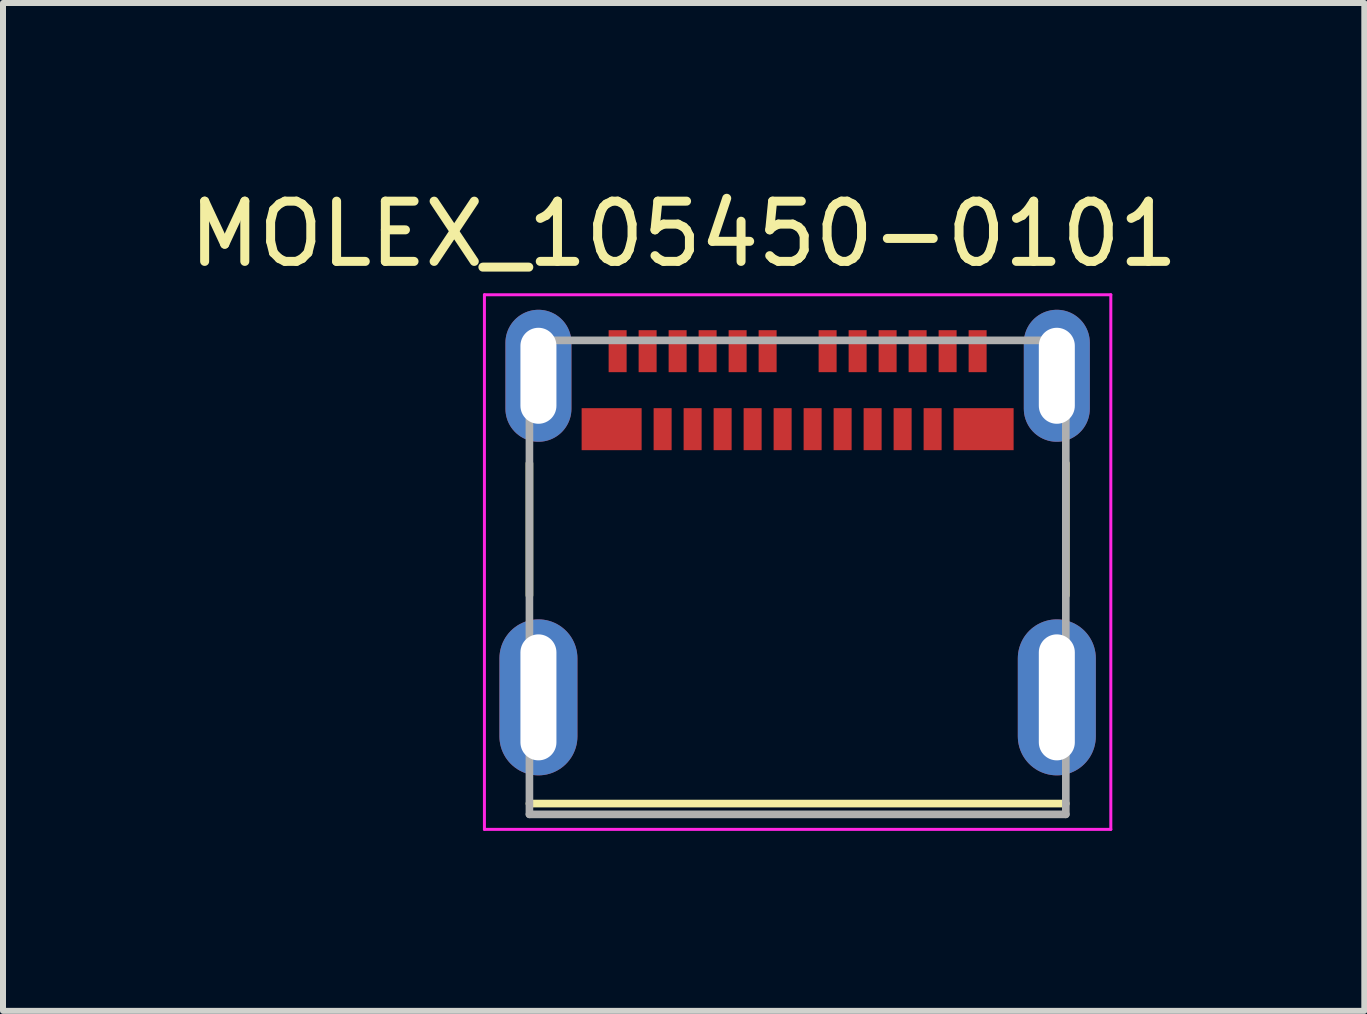
<source format=kicad_pcb>
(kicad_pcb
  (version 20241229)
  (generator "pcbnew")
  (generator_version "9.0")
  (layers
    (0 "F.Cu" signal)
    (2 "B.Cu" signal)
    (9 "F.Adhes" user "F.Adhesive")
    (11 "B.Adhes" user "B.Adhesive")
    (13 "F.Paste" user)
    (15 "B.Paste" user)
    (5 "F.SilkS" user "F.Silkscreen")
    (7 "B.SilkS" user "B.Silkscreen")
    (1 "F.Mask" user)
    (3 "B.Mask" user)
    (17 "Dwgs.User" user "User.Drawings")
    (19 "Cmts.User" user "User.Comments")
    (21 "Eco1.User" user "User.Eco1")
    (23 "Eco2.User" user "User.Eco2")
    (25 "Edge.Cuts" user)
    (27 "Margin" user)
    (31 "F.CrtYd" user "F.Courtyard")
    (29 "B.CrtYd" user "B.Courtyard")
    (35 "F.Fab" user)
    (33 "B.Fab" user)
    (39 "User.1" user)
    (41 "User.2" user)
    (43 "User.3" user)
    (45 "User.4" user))
  (footprint "MOLEX_105450-0101"
    (layer "F.Cu")
    (at 10.244 6.573)
    (property "Reference" "MOLEX_105450-0101" (at -1.899 -5.723 0) (layer "F.SilkS") (effects (font (size 1.004 1.004) (thickness 0.15))))
    (attr through_hole)
    (fp_line (start -4.47 0.3) (end -4.47 -1.9) (stroke (width 0.127) (type solid)) (layer "F.SilkS"))
    (fp_line (start -4.47 3.77) (end 4.47 3.77) (stroke (width 0.127) (type solid)) (layer "F.SilkS"))
    (fp_line (start 4.47 0.3) (end 4.47 -1.9) (stroke (width 0.127) (type solid)) (layer "F.SilkS"))
    (fp_line (start -5.22 -4.71) (end 5.22 -4.71) (stroke (width 0.05) (type solid)) (layer "F.CrtYd"))
    (fp_line (start -5.22 4.2) (end -5.22 -4.71) (stroke (width 0.05) (type solid)) (layer "F.CrtYd"))
    (fp_line (start 5.22 -4.71) (end 5.22 4.2) (stroke (width 0.05) (type solid)) (layer "F.CrtYd"))
    (fp_line (start 5.22 4.2) (end -5.22 4.2) (stroke (width 0.05) (type solid)) (layer "F.CrtYd"))
    (fp_line (start -4.47 -3.95) (end -4.47 3.95) (stroke (width 0.127) (type solid)) (layer "F.Fab"))
    (fp_line (start -4.47 3.95) (end 4.47 3.95) (stroke (width 0.127) (type solid)) (layer "F.Fab"))
    (fp_line (start 4.47 -3.95) (end -4.47 -3.95) (stroke (width 0.127) (type solid)) (layer "F.Fab"))
    (fp_line (start 4.47 3.95) (end 4.47 -3.95) (stroke (width 0.127) (type solid)) (layer "F.Fab"))
    (pad "A1" smd rect (at -3 -3.77) (size 0.3 0.7) (layers "F.Cu" "F.Mask" "F.Paste"))
    (pad "A2" smd rect (at -2.5 -3.77) (size 0.3 0.7) (layers "F.Cu" "F.Mask" "F.Paste"))
    (pad "A3" smd rect (at -2 -3.77) (size 0.3 0.7) (layers "F.Cu" "F.Mask" "F.Paste"))
    (pad "A4" smd rect (at -1.5 -3.77) (size 0.3 0.7) (layers "F.Cu" "F.Mask" "F.Paste"))
    (pad "A5" smd rect (at -1 -3.77) (size 0.3 0.7) (layers "F.Cu" "F.Mask" "F.Paste"))
    (pad "A6" smd rect (at -0.5 -3.77) (size 0.3 0.7) (layers "F.Cu" "F.Mask" "F.Paste"))
    (pad "A7" smd rect (at 0.5 -3.77) (size 0.3 0.7) (layers "F.Cu" "F.Mask" "F.Paste"))
    (pad "A8" smd rect (at 1 -3.77) (size 0.3 0.7) (layers "F.Cu" "F.Mask" "F.Paste"))
    (pad "A9" smd rect (at 1.5 -3.77) (size 0.3 0.7) (layers "F.Cu" "F.Mask" "F.Paste"))
    (pad "A10" smd rect (at 2 -3.77) (size 0.3 0.7) (layers "F.Cu" "F.Mask" "F.Paste"))
    (pad "A11" smd rect (at 2.5 -3.77) (size 0.3 0.7) (layers "F.Cu" "F.Mask" "F.Paste"))
    (pad "A12" smd rect (at 3 -3.77) (size 0.3 0.7) (layers "F.Cu" "F.Mask" "F.Paste"))
    (pad "B1" smd rect (at 3.1 -2.47) (size 1 0.7) (layers "F.Cu" "F.Mask" "F.Paste"))
    (pad "B2" smd rect (at 2.25 -2.47) (size 0.3 0.7) (layers "F.Cu" "F.Mask" "F.Paste"))
    (pad "B3" smd rect (at 1.75 -2.47) (size 0.3 0.7) (layers "F.Cu" "F.Mask" "F.Paste"))
    (pad "B4" smd rect (at 1.25 -2.47) (size 0.3 0.7) (layers "F.Cu" "F.Mask" "F.Paste"))
    (pad "B5" smd rect (at 0.75 -2.47) (size 0.3 0.7) (layers "F.Cu" "F.Mask" "F.Paste"))
    (pad "B6" smd rect (at 0.25 -2.47) (size 0.3 0.7) (layers "F.Cu" "F.Mask" "F.Paste"))
    (pad "B7" smd rect (at -0.25 -2.47) (size 0.3 0.7) (layers "F.Cu" "F.Mask" "F.Paste"))
    (pad "B8" smd rect (at -0.75 -2.47) (size 0.3 0.7) (layers "F.Cu" "F.Mask" "F.Paste"))
    (pad "B9" smd rect (at -1.25 -2.47) (size 0.3 0.7) (layers "F.Cu" "F.Mask" "F.Paste"))
    (pad "B10" smd rect (at -1.75 -2.47) (size 0.3 0.7) (layers "F.Cu" "F.Mask" "F.Paste"))
    (pad "B11" smd rect (at -2.25 -2.47) (size 0.3 0.7) (layers "F.Cu" "F.Mask" "F.Paste"))
    (pad "B12" smd rect (at -3.1 -2.47) (size 1 0.7) (layers "F.Cu" "F.Mask" "F.Paste"))
    (pad "S1" thru_hole oval (at -4.32 -3.36) (size 1.1 2.2) (drill oval 0.6 1.6) (layers "*.Cu" "*.Mask"))
    (pad "S2" thru_hole oval (at 4.32 -3.36) (size 1.1 2.2) (drill oval 0.6 1.6) (layers "*.Cu" "*.Mask"))
    (pad "S3" thru_hole oval (at -4.32 2) (size 1.3 2.6) (drill oval 0.6 2.1) (layers "*.Cu" "*.Mask"))
    (pad "S4" thru_hole oval (at 4.32 2) (size 1.3 2.6) (drill oval 0.6 2.1) (layers "*.Cu" "*.Mask"))
    (zone (net_name "") (layer "F.Cu") (hatch full 0.508) (connect_pads) (min_thickness 0.01) (filled_areas_thickness no) (keepout (tracks not_allowed) (vias not_allowed) (pads not_allowed) (copperpour not_allowed) (footprints allowed)) (placement (enabled no)) (fill) (polygon (pts (xy 6.743 4.693) (xy 13.744 4.693) (xy 13.744 10.344) (xy 6.743 10.344))))
    (zone (net_name "") (layers "F.Cu" "B.Cu") (hatch full 0.508) (connect_pads) (min_thickness 0.01) (filled_areas_thickness no) (keepout (tracks allowed) (vias not_allowed) (pads allowed) (copperpour allowed) (footprints allowed)) (placement (enabled no)) (fill) (polygon (pts (xy 6.741 4.693) (xy 13.744 4.693) (xy 13.744 10.346) (xy 6.741 10.346)))))
  (gr_rect
    (start -3 -3)
    (end 19.689 13.798)
    (stroke (width 0.1) (type default))
    (fill no)
    (layer "Edge.Cuts")))
</source>
